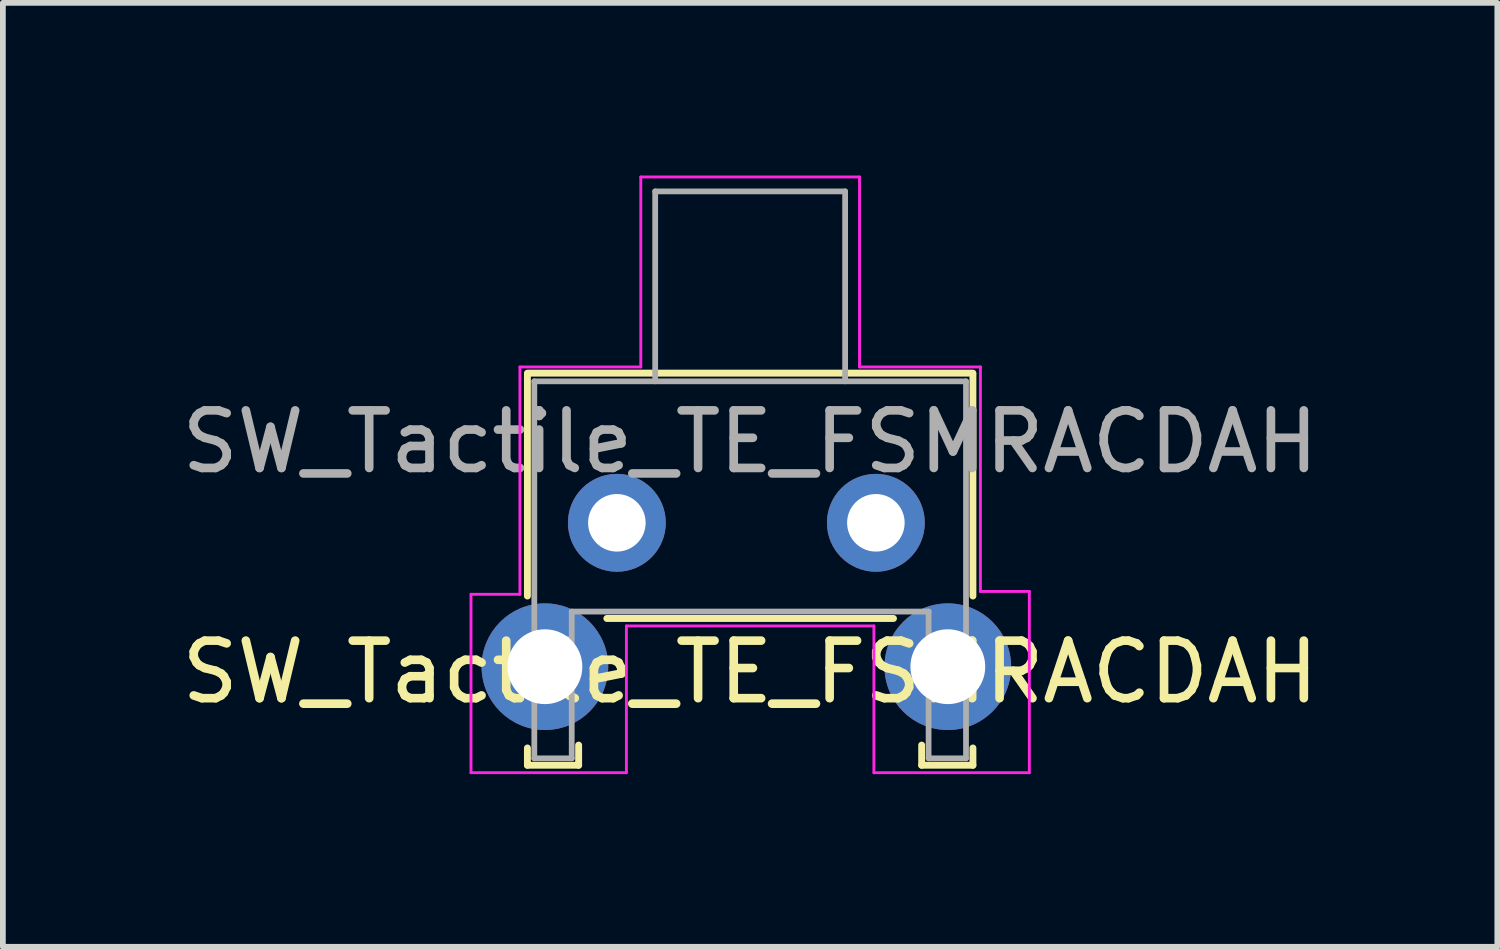
<source format=kicad_pcb>
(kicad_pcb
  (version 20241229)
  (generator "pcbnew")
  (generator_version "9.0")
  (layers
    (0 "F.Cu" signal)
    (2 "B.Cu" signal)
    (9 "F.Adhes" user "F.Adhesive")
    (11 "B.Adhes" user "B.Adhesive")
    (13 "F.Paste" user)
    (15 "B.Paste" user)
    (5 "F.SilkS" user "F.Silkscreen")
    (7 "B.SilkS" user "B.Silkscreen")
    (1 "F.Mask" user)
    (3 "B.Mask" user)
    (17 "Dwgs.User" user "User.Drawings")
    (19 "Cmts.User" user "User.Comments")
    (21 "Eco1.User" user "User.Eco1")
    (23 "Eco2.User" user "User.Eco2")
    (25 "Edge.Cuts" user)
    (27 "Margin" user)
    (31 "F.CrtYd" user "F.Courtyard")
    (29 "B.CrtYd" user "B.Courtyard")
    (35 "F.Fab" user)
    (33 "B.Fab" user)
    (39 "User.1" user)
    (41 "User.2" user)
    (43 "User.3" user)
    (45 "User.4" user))
  (footprint "SW_Tactile_TE_FSMRACDAH"
    (layer "F.Cu")
    (at 9.917 3.433)
    (property "Reference" "SW_Tactile_TE_FSMRACDAH" (at 0.066 5.192 0) (layer "F.SilkS") (effects (font (size 1 1) (thickness 0.15))))
    (attr through_hole)
    (fp_circle (center -3.434 5.192) (end -4.069 5.192) (stroke (width 0.1) (type solid)) (fill no) (layer "F.Mask"))
    (fp_circle (center -2.184 2.692) (end -2.629 2.692) (stroke (width 0.1) (type solid)) (fill no) (layer "F.Mask"))
    (fp_circle (center 2.316 2.692) (end 1.871 2.692) (stroke (width 0.1) (type solid)) (fill no) (layer "F.Mask"))
    (fp_circle (center 3.566 5.192) (end 2.931 5.192) (stroke (width 0.1) (type solid)) (fill no) (layer "F.Mask"))
    (fp_circle (center -3.5 5.1) (end -2.357 5.1) (stroke (width 0.1) (type solid)) (fill no) (layer "B.Mask"))
    (fp_circle (center -2.25 2.6) (end -1.361 2.6) (stroke (width 0.1) (type solid)) (fill no) (layer "B.Mask"))
    (fp_circle (center 2.25 2.6) (end 3.139 2.6) (stroke (width 0.1) (type solid)) (fill no) (layer "B.Mask"))
    (fp_circle (center 3.5 5.1) (end 4.643 5.1) (stroke (width 0.1) (type solid)) (fill no) (layer "B.Mask"))
    (fp_line (start -3.804 0.022) (end -3.804 3.872) (stroke (width 0.12) (type solid)) (layer "F.SilkS"))
    (fp_line (start -3.804 6.512) (end -3.804 6.812) (stroke (width 0.12) (type solid)) (layer "F.SilkS"))
    (fp_line (start -2.914 6.812) (end -3.804 6.812) (stroke (width 0.12) (type solid)) (layer "F.SilkS"))
    (fp_line (start -2.914 6.812) (end -2.914 6.462) (stroke (width 0.12) (type solid)) (layer "F.SilkS"))
    (fp_line (start -2.424 4.262) (end 2.556 4.262) (stroke (width 0.12) (type solid)) (layer "F.SilkS"))
    (fp_line (start 3.046 6.812) (end 3.046 6.462) (stroke (width 0.12) (type solid)) (layer "F.SilkS"))
    (fp_line (start 3.936 0) (end -3.804 0) (stroke (width 0.12) (type solid)) (layer "F.SilkS"))
    (fp_line (start 3.936 3.872) (end 3.936 0.022) (stroke (width 0.12) (type solid)) (layer "F.SilkS"))
    (fp_line (start 3.936 6.512) (end 3.936 6.812) (stroke (width 0.12) (type solid)) (layer "F.SilkS"))
    (fp_line (start 3.936 6.812) (end 3.046 6.812) (stroke (width 0.12) (type solid)) (layer "F.SilkS"))
    (fp_line (start -4.784 3.842) (end -3.934 3.842) (stroke (width 0.05) (type solid)) (layer "F.CrtYd"))
    (fp_line (start -4.784 6.942) (end -4.784 3.842) (stroke (width 0.05) (type solid)) (layer "F.CrtYd"))
    (fp_line (start -3.934 3.842) (end -3.934 -0.108) (stroke (width 0.05) (type solid)) (layer "F.CrtYd"))
    (fp_line (start -2.084 4.392) (end 2.216 4.392) (stroke (width 0.05) (type solid)) (layer "F.CrtYd"))
    (fp_line (start -2.084 6.942) (end -4.784 6.942) (stroke (width 0.05) (type solid)) (layer "F.CrtYd"))
    (fp_line (start -2.084 6.942) (end -2.084 4.392) (stroke (width 0.05) (type solid)) (layer "F.CrtYd"))
    (fp_line (start -1.834 -3.408) (end -1.834 -0.108) (stroke (width 0.05) (type solid)) (layer "F.CrtYd"))
    (fp_line (start -1.834 -0.108) (end -3.934 -0.108) (stroke (width 0.05) (type solid)) (layer "F.CrtYd"))
    (fp_line (start 1.966 -3.408) (end -1.834 -3.408) (stroke (width 0.05) (type solid)) (layer "F.CrtYd"))
    (fp_line (start 1.966 -0.108) (end 1.966 -3.408) (stroke (width 0.05) (type solid)) (layer "F.CrtYd"))
    (fp_line (start 2.216 4.392) (end 2.216 6.942) (stroke (width 0.05) (type solid)) (layer "F.CrtYd"))
    (fp_line (start 2.216 6.942) (end 4.916 6.942) (stroke (width 0.05) (type solid)) (layer "F.CrtYd"))
    (fp_line (start 4.066 -0.108) (end 1.966 -0.108) (stroke (width 0.05) (type solid)) (layer "F.CrtYd"))
    (fp_line (start 4.066 3.792) (end 4.066 -0.108) (stroke (width 0.05) (type solid)) (layer "F.CrtYd"))
    (fp_line (start 4.916 3.792) (end 4.066 3.792) (stroke (width 0.05) (type solid)) (layer "F.CrtYd"))
    (fp_line (start 4.916 6.942) (end 4.916 3.792) (stroke (width 0.05) (type solid)) (layer "F.CrtYd"))
    (fp_line (start -3.684 6.692) (end -3.684 0.142) (stroke (width 0.1) (type solid)) (layer "F.Fab"))
    (fp_line (start -3.034 4.142) (end -3.034 6.692) (stroke (width 0.1) (type solid)) (layer "F.Fab"))
    (fp_line (start -3.034 6.692) (end -3.684 6.692) (stroke (width 0.1) (type solid)) (layer "F.Fab"))
    (fp_line (start -1.584 -3.158) (end 1.716 -3.158) (stroke (width 0.1) (type solid)) (layer "F.Fab"))
    (fp_line (start -1.584 0.142) (end -1.584 -3.158) (stroke (width 0.1) (type solid)) (layer "F.Fab"))
    (fp_line (start 1.716 0.142) (end 1.716 -3.158) (stroke (width 0.1) (type solid)) (layer "F.Fab"))
    (fp_line (start 3.166 4.142) (end -3.034 4.142) (stroke (width 0.1) (type solid)) (layer "F.Fab"))
    (fp_line (start 3.166 4.142) (end 3.166 6.692) (stroke (width 0.1) (type solid)) (layer "F.Fab"))
    (fp_line (start 3.816 0.142) (end -3.684 0.142) (stroke (width 0.1) (type solid)) (layer "F.Fab"))
    (fp_line (start 3.816 0.142) (end 3.816 6.692) (stroke (width 0.1) (type solid)) (layer "F.Fab"))
    (fp_line (start 3.816 6.692) (end 3.166 6.692) (stroke (width 0.1) (type solid)) (layer "F.Fab"))
    (fp_text user "${REFERENCE}" (at 0.066 1.192 0) (layer "F.Fab") (effects (font (size 1 1) (thickness 0.15))))
    (pad "" thru_hole circle (at -3.5 5.1 180) (size 2.2 2.2) (drill 1.3) (layers "*.Cu" "*.Mask"))
    (pad "" thru_hole circle (at 3.5 5.1 180) (size 2.2 2.2) (drill 1.3) (layers "*.Cu" "*.Mask"))
    (pad "1" thru_hole circle (at -2.25 2.6 180) (size 1.7 1.7) (drill 1) (layers "*.Cu" "*.Mask"))
    (pad "2" thru_hole circle (at 2.25 2.6 180) (size 1.7 1.7) (drill 1) (layers "*.Cu" "*.Mask")))
  (gr_rect
    (start -3 -3)
    (end 22.964 13.4)
    (stroke (width 0.1) (type default))
    (fill no)
    (layer "Edge.Cuts")))
</source>
